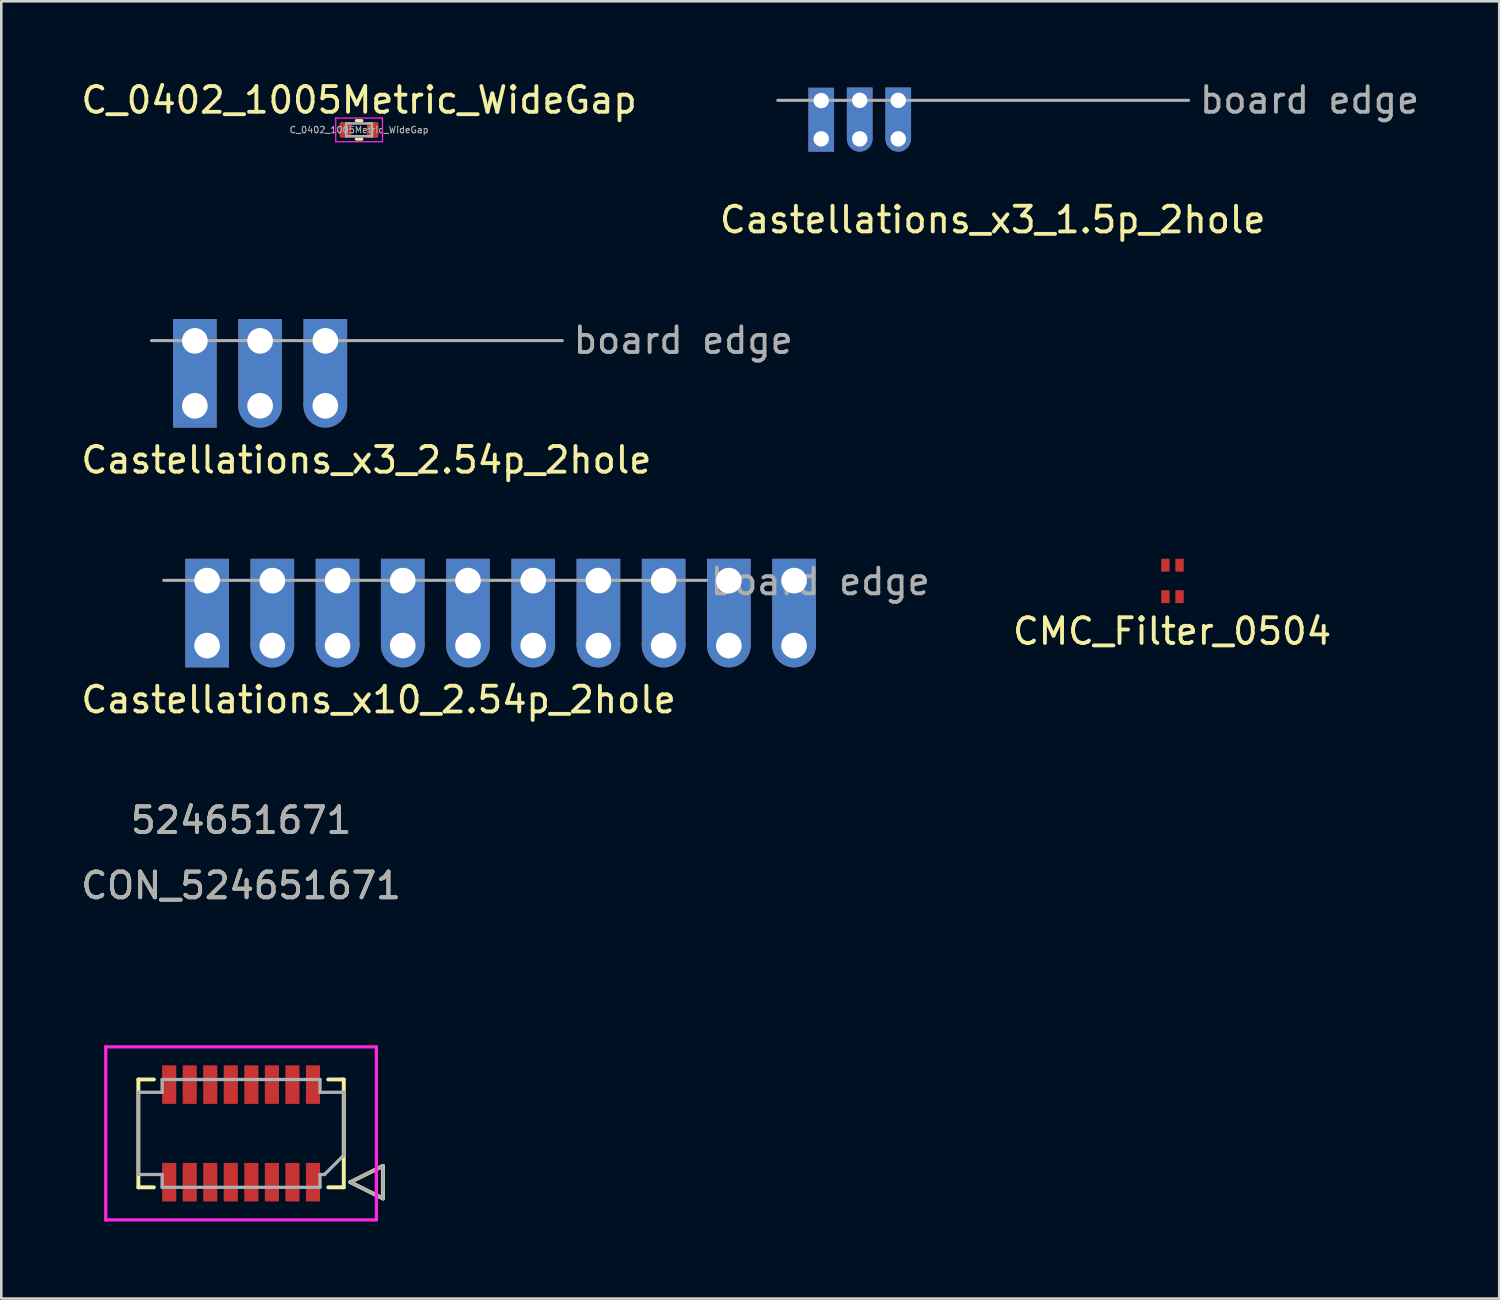
<source format=kicad_pcb>
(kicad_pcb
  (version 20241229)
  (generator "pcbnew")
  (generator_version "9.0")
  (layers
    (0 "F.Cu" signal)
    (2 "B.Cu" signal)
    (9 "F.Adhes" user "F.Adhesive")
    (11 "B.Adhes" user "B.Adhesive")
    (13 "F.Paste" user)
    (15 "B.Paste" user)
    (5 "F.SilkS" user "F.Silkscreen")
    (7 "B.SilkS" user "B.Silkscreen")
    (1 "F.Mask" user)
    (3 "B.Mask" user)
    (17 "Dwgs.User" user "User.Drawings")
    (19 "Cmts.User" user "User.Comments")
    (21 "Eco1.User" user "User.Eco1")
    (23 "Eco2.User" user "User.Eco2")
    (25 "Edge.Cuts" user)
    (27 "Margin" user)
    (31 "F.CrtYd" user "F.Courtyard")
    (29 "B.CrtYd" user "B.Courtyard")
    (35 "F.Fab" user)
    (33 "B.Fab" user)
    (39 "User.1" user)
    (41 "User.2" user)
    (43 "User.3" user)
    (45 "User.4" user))
  (footprint "Castellations_x10_2.54p_2hole"
    (layer "F.Cu")
    (at 5.016 19.553)
    (property "Reference" "Castellations_x10_2.54p_2hole" (at 6.68 4.65 0) (layer "F.SilkS") (effects (font (size 1 1) (thickness 0.15))))
    (attr through_hole)
    (fp_line (start -1.69 0) (end 19.45 0) (stroke (width 0.12) (type solid)) (layer "F.Fab"))
    (fp_text user "board edge" (at 23.88 0.05 0) (layer "F.Fab") (effects (font (size 1 1) (thickness 0.15))))
    (pad "1" thru_hole custom (at 0 0.01) (size 1.7 1.7) (drill 1) (layers "*.Cu" "*.Mask") (options (anchor rect)) (primitives (gr_poly (pts (xy -0.85 0.85) (xy 0.85 0.85) (xy 0.85 1.7) (xy -0.85 1.7)) (width 0) (fill yes))))
    (pad "1" thru_hole rect (at 0 2.54) (size 1.7 1.7) (drill 1) (layers "*.Cu" "*.Mask"))
    (pad "2" thru_hole custom (at 2.54 0.01) (size 1.7 1.7) (drill 1) (layers "*.Cu" "*.Mask") (options (anchor rect)) (primitives (gr_poly (pts (xy -0.85 0.85) (xy 0.85 0.85) (xy 0.85 1.7) (xy -0.85 1.7)) (width 0) (fill yes)) (gr_poly (pts (xy -0.85 2.54) (xy 0 1.7) (xy 0.85 2.54) (xy 0.85 1.6) (xy -0.85 1.6)) (width 0) (fill yes))))
    (pad "2" thru_hole circle (at 2.54 2.54) (size 1.7 1.7) (drill 1) (layers "*.Cu" "*.Mask"))
    (pad "3" thru_hole custom (at 5.08 0.01) (size 1.7 1.7) (drill 1) (layers "*.Cu" "*.Mask") (options (anchor rect)) (primitives (gr_poly (pts (xy -0.85 0.85) (xy 0.85 0.85) (xy 0.85 1.7) (xy -0.85 1.7)) (width 0) (fill yes)) (gr_poly (pts (xy -0.85 2.54) (xy 0 1.7) (xy 0.85 2.54) (xy 0.85 1.6) (xy -0.85 1.6)) (width 0) (fill yes))))
    (pad "3" thru_hole circle (at 5.08 2.54) (size 1.7 1.7) (drill 1) (layers "*.Cu" "*.Mask"))
    (pad "4" thru_hole custom (at 7.62 0.01) (size 1.7 1.7) (drill 1) (layers "*.Cu" "*.Mask") (options (anchor rect)) (primitives (gr_poly (pts (xy -0.85 0.85) (xy 0.85 0.85) (xy 0.85 1.7) (xy -0.85 1.7)) (width 0) (fill yes)) (gr_poly (pts (xy -0.85 2.54) (xy 0 1.7) (xy 0.85 2.54) (xy 0.85 1.6) (xy -0.85 1.6)) (width 0) (fill yes))))
    (pad "4" thru_hole circle (at 7.62 2.54) (size 1.7 1.7) (drill 1) (layers "*.Cu" "*.Mask"))
    (pad "5" thru_hole custom (at 10.16 0.01) (size 1.7 1.7) (drill 1) (layers "*.Cu" "*.Mask") (options (anchor rect)) (primitives (gr_poly (pts (xy -0.85 0.85) (xy 0.85 0.85) (xy 0.85 1.7) (xy -0.85 1.7)) (width 0) (fill yes)) (gr_poly (pts (xy -0.85 2.54) (xy 0 1.7) (xy 0.85 2.54) (xy 0.85 1.6) (xy -0.85 1.6)) (width 0) (fill yes))))
    (pad "5" thru_hole circle (at 10.16 2.54) (size 1.7 1.7) (drill 1) (layers "*.Cu" "*.Mask"))
    (pad "6" thru_hole custom (at 12.7 0.01) (size 1.7 1.7) (drill 1) (layers "*.Cu" "*.Mask") (options (anchor rect)) (primitives (gr_poly (pts (xy -0.85 0.85) (xy 0.85 0.85) (xy 0.85 1.7) (xy -0.85 1.7)) (width 0) (fill yes)) (gr_poly (pts (xy -0.85 2.54) (xy 0 1.7) (xy 0.85 2.54) (xy 0.85 1.6) (xy -0.85 1.6)) (width 0) (fill yes))))
    (pad "6" thru_hole circle (at 12.7 2.54) (size 1.7 1.7) (drill 1) (layers "*.Cu" "*.Mask"))
    (pad "7" thru_hole custom (at 15.24 0.01) (size 1.7 1.7) (drill 1) (layers "*.Cu" "*.Mask") (options (anchor rect)) (primitives (gr_poly (pts (xy -0.85 0.85) (xy 0.85 0.85) (xy 0.85 1.7) (xy -0.85 1.7)) (width 0) (fill yes)) (gr_poly (pts (xy -0.85 2.54) (xy 0 1.7) (xy 0.85 2.54) (xy 0.85 1.6) (xy -0.85 1.6)) (width 0) (fill yes))))
    (pad "7" thru_hole circle (at 15.24 2.54) (size 1.7 1.7) (drill 1) (layers "*.Cu" "*.Mask"))
    (pad "8" thru_hole custom (at 17.78 0.01) (size 1.7 1.7) (drill 1) (layers "*.Cu" "*.Mask") (options (anchor rect)) (primitives (gr_poly (pts (xy -0.85 0.85) (xy 0.85 0.85) (xy 0.85 1.7) (xy -0.85 1.7)) (width 0) (fill yes)) (gr_poly (pts (xy -0.85 2.54) (xy 0 1.7) (xy 0.85 2.54) (xy 0.85 1.6) (xy -0.85 1.6)) (width 0) (fill yes))))
    (pad "8" thru_hole circle (at 17.78 2.54) (size 1.7 1.7) (drill 1) (layers "*.Cu" "*.Mask"))
    (pad "9" thru_hole custom (at 20.32 0.01) (size 1.7 1.7) (drill 1) (layers "*.Cu" "*.Mask") (options (anchor rect)) (primitives (gr_poly (pts (xy -0.85 0.85) (xy 0.85 0.85) (xy 0.85 1.7) (xy -0.85 1.7)) (width 0) (fill yes)) (gr_poly (pts (xy -0.85 2.54) (xy 0 1.7) (xy 0.85 2.54) (xy 0.85 1.6) (xy -0.85 1.6)) (width 0) (fill yes))))
    (pad "9" thru_hole circle (at 20.32 2.54) (size 1.7 1.7) (drill 1) (layers "*.Cu" "*.Mask"))
    (pad "10" thru_hole custom (at 22.86 0.01) (size 1.7 1.7) (drill 1) (layers "*.Cu" "*.Mask") (options (anchor rect)) (primitives (gr_poly (pts (xy -0.85 0.85) (xy 0.85 0.85) (xy 0.85 1.7) (xy -0.85 1.7)) (width 0) (fill yes)) (gr_poly (pts (xy -0.85 2.54) (xy 0 1.7) (xy 0.85 2.54) (xy 0.85 1.6) (xy -0.85 1.6)) (width 0) (fill yes))))
    (pad "10" thru_hole circle (at 22.86 2.54) (size 1.7 1.7) (drill 1) (layers "*.Cu" "*.Mask")))
  (footprint "C_0402_1005Metric_WideGap"
    (layer "F.Cu")
    (at 10.935 2.008)
    (property "Reference" "C_0402_1005Metric_WideGap" (at 0 -1.16 0) (layer "F.SilkS") (effects (font (size 1 1) (thickness 0.15))))
    (attr smd)
    (fp_line (start -0.108 -0.36) (end 0.108 -0.36) (stroke (width 0.12) (type solid)) (layer "F.SilkS"))
    (fp_line (start -0.108 0.36) (end 0.108 0.36) (stroke (width 0.12) (type solid)) (layer "F.SilkS"))
    (fp_line (start -0.91 -0.46) (end 0.91 -0.46) (stroke (width 0.05) (type solid)) (layer "F.CrtYd"))
    (fp_line (start -0.91 0.46) (end -0.91 -0.46) (stroke (width 0.05) (type solid)) (layer "F.CrtYd"))
    (fp_line (start 0.91 -0.46) (end 0.91 0.46) (stroke (width 0.05) (type solid)) (layer "F.CrtYd"))
    (fp_line (start 0.91 0.46) (end -0.91 0.46) (stroke (width 0.05) (type solid)) (layer "F.CrtYd"))
    (fp_line (start -0.5 -0.25) (end 0.5 -0.25) (stroke (width 0.1) (type solid)) (layer "F.Fab"))
    (fp_line (start -0.5 0.25) (end -0.5 -0.25) (stroke (width 0.1) (type solid)) (layer "F.Fab"))
    (fp_line (start 0.5 -0.25) (end 0.5 0.25) (stroke (width 0.1) (type solid)) (layer "F.Fab"))
    (fp_line (start 0.5 0.25) (end -0.5 0.25) (stroke (width 0.1) (type solid)) (layer "F.Fab"))
    (fp_text user "${REFERENCE}" (at 0 0 0) (layer "F.Fab") (effects (font (size 0.25 0.25) (thickness 0.04))))
    (pad "1" smd roundrect (at -0.53 0) (size 0.46 0.62) (layers "F.Cu" "F.Mask" "F.Paste") (roundrect_rratio 0.174))
    (pad "2" smd roundrect (at 0.53 0) (size 0.46 0.62) (layers "F.Cu" "F.Mask" "F.Paste") (roundrect_rratio 0.174)))
  (footprint "CON_524651671"
    (layer "F.Cu")
    (at 6.339 41.092)
    (property "Reference" "CON_524651671" (at 0 -9.652 0) (unlocked yes) (layer "F.SilkS") (effects (font (size 1 1) (thickness 0.15))))
    (attr smd)
    (fp_line (start -4 -2.1) (end -3.395 -2.1) (stroke (width 0.152) (type solid)) (layer "F.SilkS"))
    (fp_line (start -4 2.1) (end -4 -2.1) (stroke (width 0.152) (type solid)) (layer "F.SilkS"))
    (fp_line (start -3.395 2.1) (end -4 2.1) (stroke (width 0.152) (type solid)) (layer "F.SilkS"))
    (fp_line (start 3.395 -2.1) (end 4 -2.1) (stroke (width 0.152) (type solid)) (layer "F.SilkS"))
    (fp_line (start 4 -2.1) (end 4 2.1) (stroke (width 0.152) (type solid)) (layer "F.SilkS"))
    (fp_line (start 4 2.1) (end 3.395 2.1) (stroke (width 0.152) (type solid)) (layer "F.SilkS"))
    (fp_line (start 4.254 1.9) (end 5.524 1.265) (stroke (width 0.152) (type solid)) (layer "F.SilkS"))
    (fp_line (start 5.524 1.265) (end 5.524 2.535) (stroke (width 0.152) (type solid)) (layer "F.SilkS"))
    (fp_line (start 5.524 2.535) (end 4.254 1.9) (stroke (width 0.152) (type solid)) (layer "F.SilkS"))
    (fp_line (start -5.27 -3.37) (end -5.27 3.37) (stroke (width 0.127) (type solid)) (layer "F.CrtYd"))
    (fp_line (start -5.27 3.37) (end 5.27 3.37) (stroke (width 0.127) (type solid)) (layer "F.CrtYd"))
    (fp_line (start 5.27 -3.37) (end -5.27 -3.37) (stroke (width 0.127) (type solid)) (layer "F.CrtYd"))
    (fp_line (start 5.27 3.37) (end 5.27 -3.37) (stroke (width 0.127) (type solid)) (layer "F.CrtYd"))
    (fp_line (start -4 -1.6) (end -3.075 -1.6) (stroke (width 0.127) (type solid)) (layer "F.Fab"))
    (fp_line (start -4 1.6) (end -4 -1.6) (stroke (width 0.127) (type solid)) (layer "F.Fab"))
    (fp_line (start -3.075 -2.1) (end 3.075 -2.1) (stroke (width 0.127) (type solid)) (layer "F.Fab"))
    (fp_line (start -3.075 -1.6) (end -3.075 -2.1) (stroke (width 0.127) (type solid)) (layer "F.Fab"))
    (fp_line (start -3.075 -1.6) (end -3.075 -1.6) (stroke (width 0.127) (type solid)) (layer "F.Fab"))
    (fp_line (start -3.075 1.6) (end -4 1.6) (stroke (width 0.127) (type solid)) (layer "F.Fab"))
    (fp_line (start -3.075 2.1) (end -3.075 1.6) (stroke (width 0.127) (type solid)) (layer "F.Fab"))
    (fp_line (start 3.075 1.6) (end 3.075 2.1) (stroke (width 0.127) (type solid)) (layer "F.Fab"))
    (fp_line (start 3.075 2.1) (end -3.075 2.1) (stroke (width 0.127) (type solid)) (layer "F.Fab"))
    (fp_line (start 3.075 -2.1) (end 3.075 -1.6) (stroke (width 0.127) (type solid)) (layer "F.Fab"))
    (fp_line (start 3.075 -1.6) (end 4 -1.6) (stroke (width 0.127) (type solid)) (layer "F.Fab"))
    (fp_line (start 3.25 1.6) (end 3.075 1.6) (stroke (width 0.127) (type solid)) (layer "F.Fab"))
    (fp_line (start 4 -1.6) (end 4 0.85) (stroke (width 0.127) (type solid)) (layer "F.Fab"))
    (fp_line (start 4 0.85) (end 3.25 1.6) (stroke (width 0.127) (type solid)) (layer "F.Fab"))
    (fp_line (start 4.254 1.9) (end 5.524 1.265) (stroke (width 0.127) (type solid)) (layer "F.Fab"))
    (fp_line (start 5.524 1.265) (end 5.524 2.535) (stroke (width 0.127) (type solid)) (layer "F.Fab"))
    (fp_line (start 5.524 2.535) (end 4.254 1.9) (stroke (width 0.127) (type solid)) (layer "F.Fab"))
    (fp_text user "524651671" (at 0 -12.192 0) (unlocked yes) (layer "F.SilkS") (effects (font (size 1 1) (thickness 0.15))))
    (fp_text user "524651671" (at 0 -12.192 0) (unlocked yes) (layer "F.Fab") (effects (font (size 1 1) (thickness 0.15))))
    (fp_text user "${REFERENCE}" (at 0 -9.652 0) (unlocked yes) (layer "F.Fab") (effects (font (size 1 1) (thickness 0.15))))
    (pad "1" smd rect (at 2.8 1.9) (size 0.55 1.5) (layers "F.Cu" "F.Mask" "F.Paste"))
    (pad "2" smd rect (at 2 1.9) (size 0.55 1.5) (layers "F.Cu" "F.Mask" "F.Paste"))
    (pad "3" smd rect (at 1.2 1.9) (size 0.55 1.5) (layers "F.Cu" "F.Mask" "F.Paste"))
    (pad "4" smd rect (at 0.4 1.9) (size 0.55 1.5) (layers "F.Cu" "F.Mask" "F.Paste"))
    (pad "5" smd rect (at -0.4 1.9) (size 0.55 1.5) (layers "F.Cu" "F.Mask" "F.Paste"))
    (pad "6" smd rect (at -1.2 1.9) (size 0.55 1.5) (layers "F.Cu" "F.Mask" "F.Paste"))
    (pad "7" smd rect (at -2 1.9) (size 0.55 1.5) (layers "F.Cu" "F.Mask" "F.Paste"))
    (pad "8" smd rect (at -2.8 1.9) (size 0.55 1.5) (layers "F.Cu" "F.Mask" "F.Paste"))
    (pad "9" smd rect (at 2.8 -1.9) (size 0.55 1.5) (layers "F.Cu" "F.Mask" "F.Paste"))
    (pad "10" smd rect (at 2 -1.9) (size 0.55 1.5) (layers "F.Cu" "F.Mask" "F.Paste"))
    (pad "11" smd rect (at 1.2 -1.9) (size 0.55 1.5) (layers "F.Cu" "F.Mask" "F.Paste"))
    (pad "12" smd rect (at 0.4 -1.9) (size 0.55 1.5) (layers "F.Cu" "F.Mask" "F.Paste"))
    (pad "13" smd rect (at -0.4 -1.9) (size 0.55 1.5) (layers "F.Cu" "F.Mask" "F.Paste"))
    (pad "14" smd rect (at -1.2 -1.9) (size 0.55 1.5) (layers "F.Cu" "F.Mask" "F.Paste"))
    (pad "15" smd rect (at -2 -1.9) (size 0.55 1.5) (layers "F.Cu" "F.Mask" "F.Paste"))
    (pad "16" smd rect (at -2.8 -1.9) (size 0.55 1.5) (layers "F.Cu" "F.Mask" "F.Paste")))
  (footprint "CMC_Filter_0504"
    (layer "F.Cu")
    (at 42.614 19.576)
    (property "Reference" "CMC_Filter_0504" (at -0.015 1.96 0) (layer "F.SilkS") (effects (font (size 1 1) (thickness 0.15))))
    (attr through_hole)
    (pad "1" smd rect (at -0.275 0.613) (size 0.325 0.5) (layers "F.Cu" "F.Mask" "F.Paste"))
    (pad "2" smd rect (at 0.275 0.613) (size 0.325 0.5) (layers "F.Cu" "F.Mask" "F.Paste"))
    (pad "3" smd rect (at 0.275 -0.613) (size 0.325 0.5) (layers "F.Cu" "F.Mask" "F.Paste"))
    (pad "4" smd rect (at -0.275 -0.613) (size 0.325 0.5) (layers "F.Cu" "F.Mask" "F.Paste")))
  (footprint "Castellations_x3_2.54p_2hole"
    (layer "F.Cu")
    (at 4.54 10.215)
    (property "Reference" "Castellations_x3_2.54p_2hole" (at 6.68 4.65 0) (layer "F.SilkS") (effects (font (size 1 1) (thickness 0.15))))
    (attr through_hole)
    (fp_line (start -1.69 0) (end 14.31 0) (stroke (width 0.12) (type solid)) (layer "F.Fab"))
    (fp_text user "board edge" (at 19.02 -0.01 0) (layer "F.Fab") (effects (font (size 1 1) (thickness 0.15))))
    (pad "1" thru_hole custom (at 0 0.01) (size 1.7 1.7) (drill 1) (layers "*.Cu" "*.Mask") (options (anchor rect)) (primitives (gr_poly (pts (xy -0.85 0.85) (xy 0.85 0.85) (xy 0.85 1.7) (xy -0.85 1.7)) (width 0) (fill yes))))
    (pad "1" thru_hole rect (at 0 2.54) (size 1.7 1.7) (drill 1) (layers "*.Cu" "*.Mask"))
    (pad "2" thru_hole custom (at 2.54 0.01) (size 1.7 1.7) (drill 1) (layers "*.Cu" "*.Mask") (options (anchor rect)) (primitives (gr_poly (pts (xy -0.85 0.85) (xy 0.85 0.85) (xy 0.85 1.7) (xy -0.85 1.7)) (width 0) (fill yes)) (gr_poly (pts (xy -0.85 2.54) (xy 0 1.7) (xy 0.85 2.54) (xy 0.85 1.6) (xy -0.85 1.6)) (width 0) (fill yes))))
    (pad "2" thru_hole circle (at 2.54 2.54) (size 1.7 1.7) (drill 1) (layers "*.Cu" "*.Mask"))
    (pad "3" thru_hole custom (at 5.08 0.01) (size 1.7 1.7) (drill 1) (layers "*.Cu" "*.Mask") (options (anchor rect)) (primitives (gr_poly (pts (xy -0.85 0.85) (xy 0.85 0.85) (xy 0.85 1.7) (xy -0.85 1.7)) (width 0) (fill yes)) (gr_poly (pts (xy -0.85 2.54) (xy 0 1.7) (xy 0.85 2.54) (xy 0.85 1.6) (xy -0.85 1.6)) (width 0) (fill yes))))
    (pad "3" thru_hole circle (at 5.08 2.54) (size 1.7 1.7) (drill 1) (layers "*.Cu" "*.Mask")))
  (footprint "Castellations_x3_1.5p_2hole"
    (layer "F.Cu")
    (at 28.933 0.858)
    (property "Reference" "Castellations_x3_1.5p_2hole" (at 6.68 4.65 0) (layer "F.SilkS") (effects (font (size 1 1) (thickness 0.15))))
    (attr through_hole)
    (fp_line (start -1.69 0) (end 14.31 0) (stroke (width 0.12) (type solid)) (layer "F.Fab"))
    (fp_text user "board edge" (at 19.02 -0.01 0) (layer "F.Fab") (effects (font (size 1 1) (thickness 0.15))))
    (pad "1" thru_hole custom (at 0 0.01) (size 1 1) (drill 0.6) (layers "*.Cu" "*.Mask") (options (anchor rect)) (primitives (gr_poly (pts (xy -0.5 0.5) (xy 0.5 0.5) (xy 0.5 1) (xy -0.5 1)) (width 0) (fill yes))))
    (pad "1" thru_hole rect (at 0 1.5) (size 1 1) (drill 0.6) (layers "*.Cu" "*.Mask"))
    (pad "2" thru_hole custom (at 1.5 0) (size 1 1) (drill 0.6) (layers "*.Cu" "*.Mask") (options (anchor rect)) (primitives (gr_poly (pts (xy -0.5 0.5) (xy 0.5 0.5) (xy 0.5 1) (xy -0.5 1)) (width 0) (fill yes)) (gr_poly (pts (xy -0.5 1.5) (xy 0 1) (xy 0.5 1.5) (xy 0.5 0.9) (xy -0.5 0.9)) (width 0) (fill yes))))
    (pad "2" thru_hole circle (at 1.5 1.5) (size 1 1) (drill 0.6) (layers "*.Cu" "*.Mask"))
    (pad "3" thru_hole custom (at 3 0) (size 1 1) (drill 0.6) (layers "*.Cu" "*.Mask") (options (anchor rect)) (primitives (gr_poly (pts (xy -0.5 0.5) (xy 0.5 0.5) (xy 0.5 1) (xy -0.5 1)) (width 0) (fill yes)) (gr_poly (pts (xy -0.5 1.5) (xy 0 1) (xy 0.5 1.5) (xy 0.5 0.9) (xy -0.5 0.9)) (width 0) (fill yes))))
    (pad "3" thru_hole circle (at 3 1.5) (size 1 1) (drill 0.6) (layers "*.Cu" "*.Mask")))
  (gr_rect
    (start -3 -3)
    (end 55.34 47.525)
    (stroke (width 0.1) (type default))
    (fill no)
    (layer "Edge.Cuts")))
</source>
